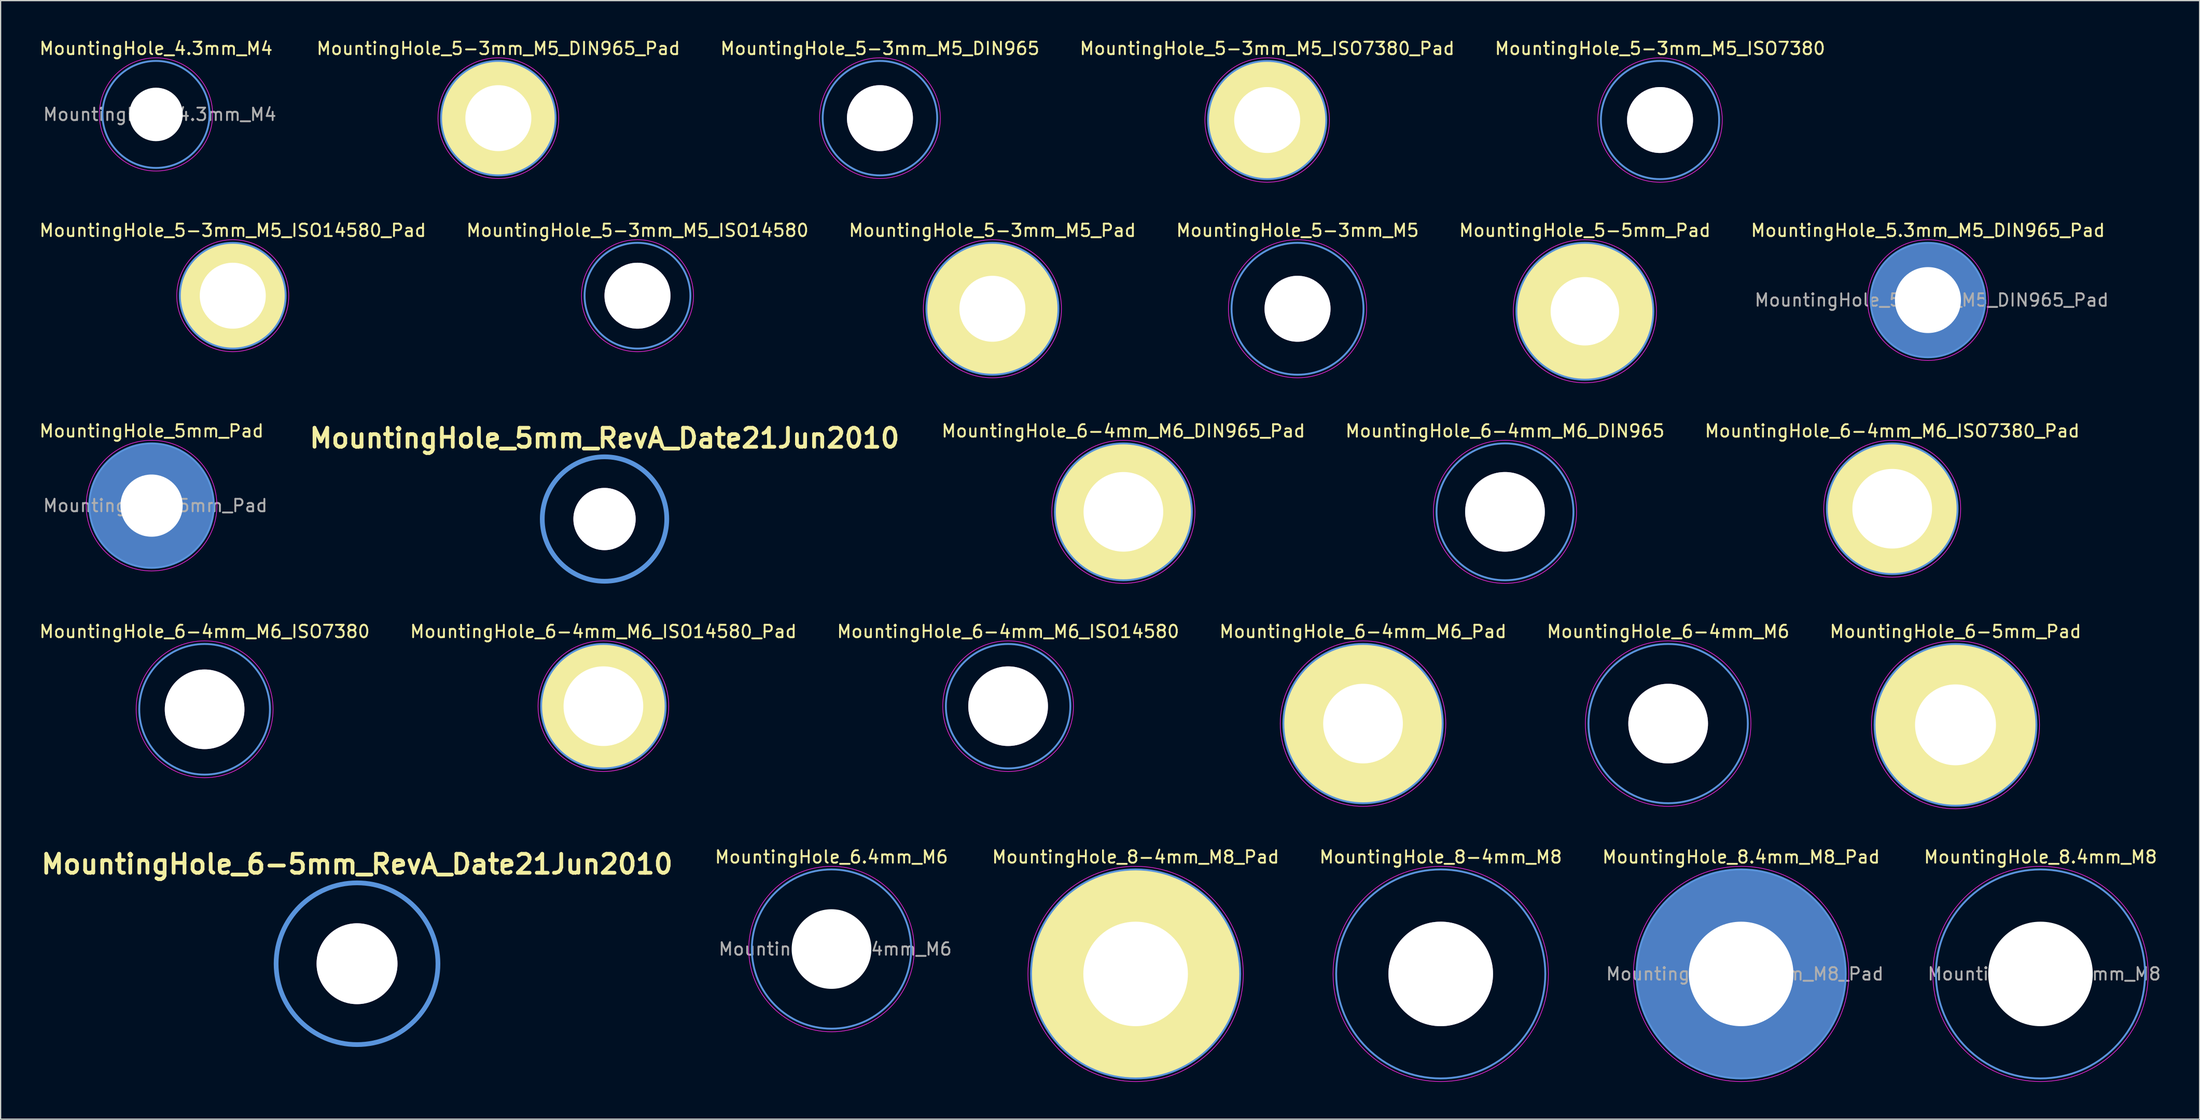
<source format=kicad_pcb>
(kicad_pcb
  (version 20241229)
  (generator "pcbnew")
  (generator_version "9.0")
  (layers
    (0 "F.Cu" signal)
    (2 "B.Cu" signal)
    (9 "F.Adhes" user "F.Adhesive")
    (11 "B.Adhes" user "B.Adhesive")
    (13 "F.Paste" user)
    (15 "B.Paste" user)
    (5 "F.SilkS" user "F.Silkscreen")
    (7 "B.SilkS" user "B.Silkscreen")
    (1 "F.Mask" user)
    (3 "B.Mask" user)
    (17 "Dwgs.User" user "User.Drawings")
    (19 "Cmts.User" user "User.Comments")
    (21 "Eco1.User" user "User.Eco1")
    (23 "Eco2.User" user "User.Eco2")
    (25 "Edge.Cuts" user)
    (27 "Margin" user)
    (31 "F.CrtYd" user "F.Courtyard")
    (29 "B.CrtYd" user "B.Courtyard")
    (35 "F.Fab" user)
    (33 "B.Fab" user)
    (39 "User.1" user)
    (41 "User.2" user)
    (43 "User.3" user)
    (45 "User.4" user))
  (footprint "MountingHole_6-4mm_M6"
    (layer "F.Cu")
    (at 130.958 55.118)
    (property "Reference" "MountingHole_6-4mm_M6" (at 0 -7.4 0) (layer "F.SilkS") (effects (font (size 1 1) (thickness 0.15))))
    (attr through_hole)
    (fp_circle (center 0 0) (end 6.4 0) (stroke (width 0.15) (type solid)) (fill no) (layer "Cmts.User"))
    (fp_circle (center 0 0) (end 6.65 0) (stroke (width 0.05) (type solid)) (fill no) (layer "F.CrtYd"))
    (pad "" thru_hole circle (at 0 0) (size 6.4 6.4) (drill 6.4) (layers)))
  (footprint "MountingHole_5-3mm_M5_ISO7380"
    (layer "F.Cu")
    (at 130.306 6.598)
    (property "Reference" "MountingHole_5-3mm_M5_ISO7380" (at 0 -5.75 0) (layer "F.SilkS") (effects (font (size 1 1) (thickness 0.15))))
    (attr through_hole)
    (fp_circle (center 0 0) (end 4.75 0) (stroke (width 0.15) (type solid)) (fill no) (layer "Cmts.User"))
    (fp_circle (center 0 0) (end 5 0) (stroke (width 0.05) (type solid)) (fill no) (layer "F.CrtYd"))
    (pad "" thru_hole circle (at 0 0) (size 5.3 5.3) (drill 5.3) (layers)))
  (footprint "MountingHole_8.4mm_M8_Pad"
    (layer "F.Cu")
    (at 136.82 75.241)
    (property "Reference" "MountingHole_8.4mm_M8_Pad" (at 0 -9.4 0) (layer "F.SilkS") (effects (font (size 1 1) (thickness 0.15))))
    (attr through_hole)
    (fp_circle (center 0 0) (end 8.4 0) (stroke (width 0.15) (type solid)) (fill no) (layer "Cmts.User"))
    (fp_circle (center 0 0) (end 8.65 0) (stroke (width 0.05) (type solid)) (fill no) (layer "F.CrtYd"))
    (fp_text user "${REFERENCE}" (at 0.3 0 0) (layer "F.Fab") (effects (font (size 1 1) (thickness 0.15))))
    (pad "1" thru_hole circle (at 0 0) (size 16.8 16.8) (drill 8.4) (layers "*.Cu" "*.Mask")))
  (footprint "MountingHole_4.3mm_M4"
    (layer "F.Cu")
    (at 9.482 6.148)
    (property "Reference" "MountingHole_4.3mm_M4" (at 0 -5.3 0) (layer "F.SilkS") (effects (font (size 1 1) (thickness 0.15))))
    (attr through_hole)
    (fp_circle (center 0 0) (end 4.3 0) (stroke (width 0.15) (type solid)) (fill no) (layer "Cmts.User"))
    (fp_circle (center 0 0) (end 4.55 0) (stroke (width 0.05) (type solid)) (fill no) (layer "F.CrtYd"))
    (fp_text user "${REFERENCE}" (at 0.3 0 0) (layer "F.Fab") (effects (font (size 1 1) (thickness 0.15))))
    (pad "" np_thru_hole circle (at 0 0) (size 4.3 4.3) (drill 4.3) (layers "*.Cu" "*.Mask")))
  (footprint "MountingHole_5-3mm_M5_DIN965_Pad"
    (layer "F.Cu")
    (at 36.985 6.448)
    (property "Reference" "MountingHole_5-3mm_M5_DIN965_Pad" (at 0 -5.6 0) (layer "F.SilkS") (effects (font (size 1 1) (thickness 0.15))))
    (attr through_hole)
    (fp_circle (center 0 0) (end 4.6 0) (stroke (width 0.15) (type solid)) (fill no) (layer "Cmts.User"))
    (fp_circle (center 0 0) (end 4.85 0) (stroke (width 0.05) (type solid)) (fill no) (layer "F.CrtYd"))
    (pad "1" thru_hole circle (at 0 0) (size 9.2 9.2) (drill 5.3) (layers "*.Cu" "*.Mask" "F.SilkS")))
  (footprint "MountingHole_6-4mm_M6_DIN965"
    (layer "F.Cu")
    (at 117.851 38.095)
    (property "Reference" "MountingHole_6-4mm_M6_DIN965" (at 0 -6.5 0) (layer "F.SilkS") (effects (font (size 1 1) (thickness 0.15))))
    (attr through_hole)
    (fp_circle (center 0 0) (end 5.5 0) (stroke (width 0.15) (type solid)) (fill no) (layer "Cmts.User"))
    (fp_circle (center 0 0) (end 5.75 0) (stroke (width 0.05) (type solid)) (fill no) (layer "F.CrtYd"))
    (pad "" thru_hole circle (at 0 0) (size 6.4 6.4) (drill 6.4) (layers)))
  (footprint "MountingHole_8-4mm_M8"
    (layer "F.Cu")
    (at 112.689 75.241)
    (property "Reference" "MountingHole_8-4mm_M8" (at 0 -9.4 0) (layer "F.SilkS") (effects (font (size 1 1) (thickness 0.15))))
    (attr through_hole)
    (fp_circle (center 0 0) (end 8.4 0) (stroke (width 0.15) (type solid)) (fill no) (layer "Cmts.User"))
    (fp_circle (center 0 0) (end 8.65 0) (stroke (width 0.05) (type solid)) (fill no) (layer "F.CrtYd"))
    (pad "" thru_hole circle (at 0 0) (size 8.4 8.4) (drill 8.4) (layers)))
  (footprint "MountingHole_6-4mm_M6_DIN965_Pad"
    (layer "F.Cu")
    (at 87.196 38.095)
    (property "Reference" "MountingHole_6-4mm_M6_DIN965_Pad" (at 0 -6.5 0) (layer "F.SilkS") (effects (font (size 1 1) (thickness 0.15))))
    (attr through_hole)
    (fp_circle (center 0 0) (end 5.5 0) (stroke (width 0.15) (type solid)) (fill no) (layer "Cmts.User"))
    (fp_circle (center 0 0) (end 5.75 0) (stroke (width 0.05) (type solid)) (fill no) (layer "F.CrtYd"))
    (pad "1" thru_hole circle (at 0 0) (size 11 11) (drill 6.4) (layers "*.Cu" "*.Mask" "F.SilkS")))
  (footprint "MountingHole_6-5mm_RevA_Date21Jun2010"
    (layer "F.Cu")
    (at 25.632 74.42)
    (property "Reference" "MountingHole_6-5mm_RevA_Date21Jun2010" (at 0 -8.001 0) (layer "F.SilkS") (effects (font (size 1.524 1.524) (thickness 0.305))))
    (attr through_hole)
    (fp_circle (center 0 0) (end 6.5 0) (stroke (width 0.381) (type solid)) (fill no) (layer "Cmts.User"))
    (pad "" thru_hole circle (at 0 0) (size 6.5 6.5) (drill 6.5) (layers)))
  (footprint "MountingHole_6.4mm_M6"
    (layer "F.Cu")
    (at 63.747 73.241)
    (property "Reference" "MountingHole_6.4mm_M6" (at 0 -7.4 0) (layer "F.SilkS") (effects (font (size 1 1) (thickness 0.15))))
    (attr through_hole)
    (fp_circle (center 0 0) (end 6.4 0) (stroke (width 0.15) (type solid)) (fill no) (layer "Cmts.User"))
    (fp_circle (center 0 0) (end 6.65 0) (stroke (width 0.05) (type solid)) (fill no) (layer "F.CrtYd"))
    (fp_text user "${REFERENCE}" (at 0.3 0 0) (layer "F.Fab") (effects (font (size 1 1) (thickness 0.15))))
    (pad "" np_thru_hole circle (at 0 0) (size 6.4 6.4) (drill 6.4) (layers "*.Cu" "*.Mask")))
  (footprint "MountingHole_5-3mm_M5"
    (layer "F.Cu")
    (at 101.185 21.771)
    (property "Reference" "MountingHole_5-3mm_M5" (at 0 -6.3 0) (layer "F.SilkS") (effects (font (size 1 1) (thickness 0.15))))
    (attr through_hole)
    (fp_circle (center 0 0) (end 5.3 0) (stroke (width 0.15) (type solid)) (fill no) (layer "Cmts.User"))
    (fp_circle (center 0 0) (end 5.55 0) (stroke (width 0.05) (type solid)) (fill no) (layer "F.CrtYd"))
    (pad "" thru_hole circle (at 0 0) (size 5.3 5.3) (drill 5.3) (layers)))
  (footprint "MountingHole_5-3mm_M5_Pad"
    (layer "F.Cu")
    (at 76.673 21.771)
    (property "Reference" "MountingHole_5-3mm_M5_Pad" (at 0 -6.3 0) (layer "F.SilkS") (effects (font (size 1 1) (thickness 0.15))))
    (attr through_hole)
    (fp_circle (center 0 0) (end 5.3 0) (stroke (width 0.15) (type solid)) (fill no) (layer "Cmts.User"))
    (fp_circle (center 0 0) (end 5.55 0) (stroke (width 0.05) (type solid)) (fill no) (layer "F.CrtYd"))
    (pad "1" thru_hole circle (at 0 0) (size 10.6 10.6) (drill 5.3) (layers "*.Cu" "*.Mask" "F.SilkS")))
  (footprint "MountingHole_6-5mm_Pad"
    (layer "F.Cu")
    (at 154.042 55.218)
    (property "Reference" "MountingHole_6-5mm_Pad" (at 0 -7.5 0) (layer "F.SilkS") (effects (font (size 1 1) (thickness 0.15))))
    (attr through_hole)
    (fp_circle (center 0 0) (end 6.5 0) (stroke (width 0.15) (type solid)) (fill no) (layer "Cmts.User"))
    (fp_circle (center 0 0) (end 6.75 0) (stroke (width 0.05) (type solid)) (fill no) (layer "F.CrtYd"))
    (pad "1" thru_hole circle (at 0 0) (size 13 13) (drill 6.5) (layers "*.Cu" "*.Mask" "F.SilkS")))
  (footprint "MountingHole_8-4mm_M8_Pad"
    (layer "F.Cu")
    (at 88.178 75.241)
    (property "Reference" "MountingHole_8-4mm_M8_Pad" (at 0 -9.4 0) (layer "F.SilkS") (effects (font (size 1 1) (thickness 0.15))))
    (attr through_hole)
    (fp_circle (center 0 0) (end 8.4 0) (stroke (width 0.15) (type solid)) (fill no) (layer "Cmts.User"))
    (fp_circle (center 0 0) (end 8.65 0) (stroke (width 0.05) (type solid)) (fill no) (layer "F.CrtYd"))
    (pad "1" thru_hole circle (at 0 0) (size 16.8 16.8) (drill 8.4) (layers "*.Cu" "*.Mask" "F.SilkS")))
  (footprint "MountingHole_5.3mm_M5_DIN965_Pad"
    (layer "F.Cu")
    (at 151.827 21.072)
    (property "Reference" "MountingHole_5.3mm_M5_DIN965_Pad" (at 0 -5.6 0) (layer "F.SilkS") (effects (font (size 1 1) (thickness 0.15))))
    (attr through_hole)
    (fp_circle (center 0 0) (end 4.6 0) (stroke (width 0.15) (type solid)) (fill no) (layer "Cmts.User"))
    (fp_circle (center 0 0) (end 4.85 0) (stroke (width 0.05) (type solid)) (fill no) (layer "F.CrtYd"))
    (fp_text user "${REFERENCE}" (at 0.3 0 0) (layer "F.Fab") (effects (font (size 1 1) (thickness 0.15))))
    (pad "1" thru_hole circle (at 0 0) (size 9.2 9.2) (drill 5.3) (layers "*.Cu" "*.Mask")))
  (footprint "MountingHole_8.4mm_M8"
    (layer "F.Cu")
    (at 160.87 75.241)
    (property "Reference" "MountingHole_8.4mm_M8" (at 0 -9.4 0) (layer "F.SilkS") (effects (font (size 1 1) (thickness 0.15))))
    (attr through_hole)
    (fp_circle (center 0 0) (end 8.4 0) (stroke (width 0.15) (type solid)) (fill no) (layer "Cmts.User"))
    (fp_circle (center 0 0) (end 8.65 0) (stroke (width 0.05) (type solid)) (fill no) (layer "F.CrtYd"))
    (fp_text user "${REFERENCE}" (at 0.3 0 0) (layer "F.Fab") (effects (font (size 1 1) (thickness 0.15))))
    (pad "" np_thru_hole circle (at 0 0) (size 8.4 8.4) (drill 8.4) (layers "*.Cu" "*.Mask")))
  (footprint "MountingHole_6-4mm_M6_ISO14580"
    (layer "F.Cu")
    (at 77.935 53.718)
    (property "Reference" "MountingHole_6-4mm_M6_ISO14580" (at 0 -6 0) (layer "F.SilkS") (effects (font (size 1 1) (thickness 0.15))))
    (attr through_hole)
    (fp_circle (center 0 0) (end 5 0) (stroke (width 0.15) (type solid)) (fill no) (layer "Cmts.User"))
    (fp_circle (center 0 0) (end 5.25 0) (stroke (width 0.05) (type solid)) (fill no) (layer "F.CrtYd"))
    (pad "" thru_hole circle (at 0 0) (size 6.4 6.4) (drill 6.4) (layers)))
  (footprint "MountingHole_5mm_RevA_Date21Jun2010"
    (layer "F.Cu")
    (at 45.513 38.673)
    (property "Reference" "MountingHole_5mm_RevA_Date21Jun2010" (at 0 -6.5 0) (layer "F.SilkS") (effects (font (size 1.524 1.524) (thickness 0.305))))
    (attr through_hole)
    (fp_circle (center 0 0) (end 5.001 0) (stroke (width 0.381) (type solid)) (fill no) (layer "Cmts.User"))
    (pad "" thru_hole circle (at 0 0) (size 5.001 5.001) (drill 5.001) (layers)))
  (footprint "MountingHole_5-3mm_M5_ISO14580_Pad"
    (layer "F.Cu")
    (at 15.649 20.721)
    (property "Reference" "MountingHole_5-3mm_M5_ISO14580_Pad" (at 0 -5.25 0) (layer "F.SilkS") (effects (font (size 1 1) (thickness 0.15))))
    (attr through_hole)
    (fp_circle (center 0 0) (end 4.25 0) (stroke (width 0.15) (type solid)) (fill no) (layer "Cmts.User"))
    (fp_circle (center 0 0) (end 4.5 0) (stroke (width 0.05) (type solid)) (fill no) (layer "F.CrtYd"))
    (pad "1" thru_hole circle (at 0 0) (size 8.5 8.5) (drill 5.3) (layers "*.Cu" "*.Mask" "F.SilkS")))
  (footprint "MountingHole_6-4mm_M6_Pad"
    (layer "F.Cu")
    (at 106.446 55.118)
    (property "Reference" "MountingHole_6-4mm_M6_Pad" (at 0 -7.4 0) (layer "F.SilkS") (effects (font (size 1 1) (thickness 0.15))))
    (attr through_hole)
    (fp_circle (center 0 0) (end 6.4 0) (stroke (width 0.15) (type solid)) (fill no) (layer "Cmts.User"))
    (fp_circle (center 0 0) (end 6.65 0) (stroke (width 0.05) (type solid)) (fill no) (layer "F.CrtYd"))
    (pad "1" thru_hole circle (at 0 0) (size 12.8 12.8) (drill 6.4) (layers "*.Cu" "*.Mask" "F.SilkS")))
  (footprint "MountingHole_6-4mm_M6_ISO14580_Pad"
    (layer "F.Cu")
    (at 45.423 53.718)
    (property "Reference" "MountingHole_6-4mm_M6_ISO14580_Pad" (at 0 -6 0) (layer "F.SilkS") (effects (font (size 1 1) (thickness 0.15))))
    (attr through_hole)
    (fp_circle (center 0 0) (end 5 0) (stroke (width 0.15) (type solid)) (fill no) (layer "Cmts.User"))
    (fp_circle (center 0 0) (end 5.25 0) (stroke (width 0.05) (type solid)) (fill no) (layer "F.CrtYd"))
    (pad "1" thru_hole circle (at 0 0) (size 10 10) (drill 6.4) (layers "*.Cu" "*.Mask" "F.SilkS")))
  (footprint "MountingHole_5-5mm_Pad"
    (layer "F.Cu")
    (at 124.268 21.971)
    (property "Reference" "MountingHole_5-5mm_Pad" (at 0 -6.5 0) (layer "F.SilkS") (effects (font (size 1 1) (thickness 0.15))))
    (attr through_hole)
    (fp_circle (center 0 0) (end 5.5 0) (stroke (width 0.15) (type solid)) (fill no) (layer "Cmts.User"))
    (fp_circle (center 0 0) (end 5.75 0) (stroke (width 0.05) (type solid)) (fill no) (layer "F.CrtYd"))
    (pad "1" thru_hole circle (at 0 0) (size 11 11) (drill 5.5) (layers "*.Cu" "*.Mask" "F.SilkS")))
  (footprint "MountingHole_6-4mm_M6_ISO7380_Pad"
    (layer "F.Cu")
    (at 148.958 37.845)
    (property "Reference" "MountingHole_6-4mm_M6_ISO7380_Pad" (at 0 -6.25 0) (layer "F.SilkS") (effects (font (size 1 1) (thickness 0.15))))
    (attr through_hole)
    (fp_circle (center 0 0) (end 5.25 0) (stroke (width 0.15) (type solid)) (fill no) (layer "Cmts.User"))
    (fp_circle (center 0 0) (end 5.5 0) (stroke (width 0.05) (type solid)) (fill no) (layer "F.CrtYd"))
    (pad "1" thru_hole circle (at 0 0) (size 10.5 10.5) (drill 6.4) (layers "*.Cu" "*.Mask" "F.SilkS")))
  (footprint "MountingHole_5-3mm_M5_ISO14580"
    (layer "F.Cu")
    (at 48.161 20.721)
    (property "Reference" "MountingHole_5-3mm_M5_ISO14580" (at 0 -5.25 0) (layer "F.SilkS") (effects (font (size 1 1) (thickness 0.15))))
    (attr through_hole)
    (fp_circle (center 0 0) (end 4.25 0) (stroke (width 0.15) (type solid)) (fill no) (layer "Cmts.User"))
    (fp_circle (center 0 0) (end 4.5 0) (stroke (width 0.05) (type solid)) (fill no) (layer "F.CrtYd"))
    (pad "" thru_hole circle (at 0 0) (size 5.3 5.3) (drill 5.3) (layers)))
  (footprint "MountingHole_5mm_Pad"
    (layer "F.Cu")
    (at 9.125 37.595)
    (property "Reference" "MountingHole_5mm_Pad" (at 0 -6 0) (layer "F.SilkS") (effects (font (size 1 1) (thickness 0.15))))
    (attr through_hole)
    (fp_circle (center 0 0) (end 5 0) (stroke (width 0.15) (type solid)) (fill no) (layer "Cmts.User"))
    (fp_circle (center 0 0) (end 5.25 0) (stroke (width 0.05) (type solid)) (fill no) (layer "F.CrtYd"))
    (fp_text user "${REFERENCE}" (at 0.3 0 0) (layer "F.Fab") (effects (font (size 1 1) (thickness 0.15))))
    (pad "1" thru_hole circle (at 0 0) (size 10 10) (drill 5) (layers "*.Cu" "*.Mask")))
  (footprint "MountingHole_5-3mm_M5_ISO7380_Pad"
    (layer "F.Cu")
    (at 98.746 6.598)
    (property "Reference" "MountingHole_5-3mm_M5_ISO7380_Pad" (at 0 -5.75 0) (layer "F.SilkS") (effects (font (size 1 1) (thickness 0.15))))
    (attr through_hole)
    (fp_circle (center 0 0) (end 4.75 0) (stroke (width 0.15) (type solid)) (fill no) (layer "Cmts.User"))
    (fp_circle (center 0 0) (end 5 0) (stroke (width 0.05) (type solid)) (fill no) (layer "F.CrtYd"))
    (pad "1" thru_hole circle (at 0 0) (size 9.5 9.5) (drill 5.3) (layers "*.Cu" "*.Mask" "F.SilkS")))
  (footprint "MountingHole_5-3mm_M5_DIN965"
    (layer "F.Cu")
    (at 67.639 6.448)
    (property "Reference" "MountingHole_5-3mm_M5_DIN965" (at 0 -5.6 0) (layer "F.SilkS") (effects (font (size 1 1) (thickness 0.15))))
    (attr through_hole)
    (fp_circle (center 0 0) (end 4.6 0) (stroke (width 0.15) (type solid)) (fill no) (layer "Cmts.User"))
    (fp_circle (center 0 0) (end 4.85 0) (stroke (width 0.05) (type solid)) (fill no) (layer "F.CrtYd"))
    (pad "" thru_hole circle (at 0 0) (size 5.3 5.3) (drill 5.3) (layers)))
  (footprint "MountingHole_6-4mm_M6_ISO7380"
    (layer "F.Cu")
    (at 13.387 53.968)
    (property "Reference" "MountingHole_6-4mm_M6_ISO7380" (at 0 -6.25 0) (layer "F.SilkS") (effects (font (size 1 1) (thickness 0.15))))
    (attr through_hole)
    (fp_circle (center 0 0) (end 5.25 0) (stroke (width 0.15) (type solid)) (fill no) (layer "Cmts.User"))
    (fp_circle (center 0 0) (end 5.5 0) (stroke (width 0.05) (type solid)) (fill no) (layer "F.CrtYd"))
    (pad "" thru_hole circle (at 0 0) (size 6.4 6.4) (drill 6.4) (layers)))
  (gr_rect
    (start -3 -3)
    (end 173.653 86.916)
    (stroke (width 0.1) (type default))
    (fill no)
    (layer "Edge.Cuts")))
</source>
